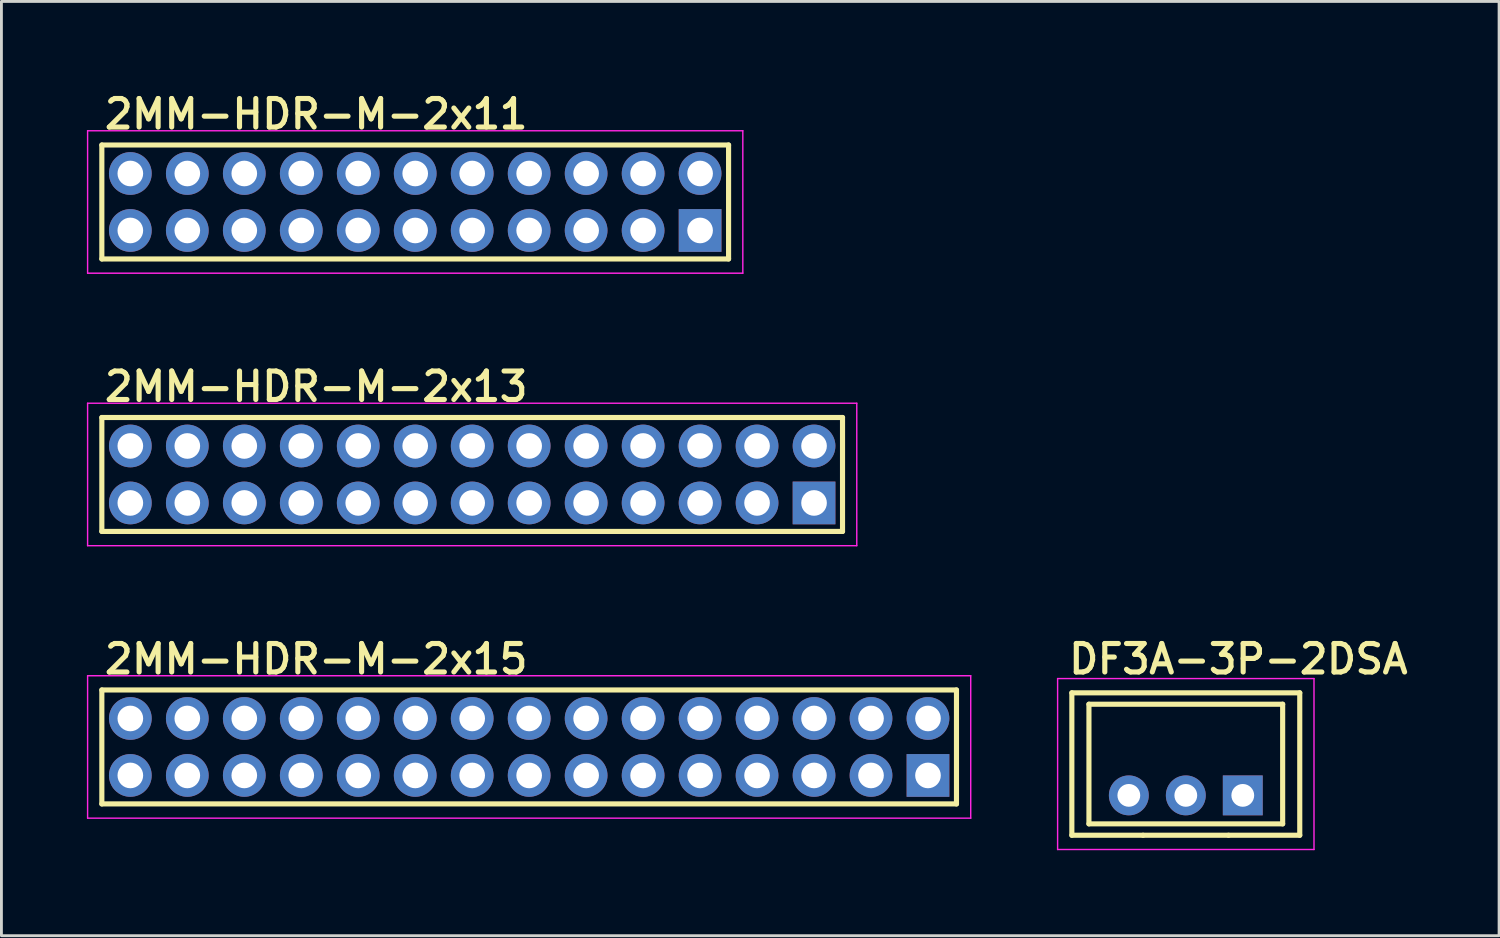
<source format=kicad_pcb>
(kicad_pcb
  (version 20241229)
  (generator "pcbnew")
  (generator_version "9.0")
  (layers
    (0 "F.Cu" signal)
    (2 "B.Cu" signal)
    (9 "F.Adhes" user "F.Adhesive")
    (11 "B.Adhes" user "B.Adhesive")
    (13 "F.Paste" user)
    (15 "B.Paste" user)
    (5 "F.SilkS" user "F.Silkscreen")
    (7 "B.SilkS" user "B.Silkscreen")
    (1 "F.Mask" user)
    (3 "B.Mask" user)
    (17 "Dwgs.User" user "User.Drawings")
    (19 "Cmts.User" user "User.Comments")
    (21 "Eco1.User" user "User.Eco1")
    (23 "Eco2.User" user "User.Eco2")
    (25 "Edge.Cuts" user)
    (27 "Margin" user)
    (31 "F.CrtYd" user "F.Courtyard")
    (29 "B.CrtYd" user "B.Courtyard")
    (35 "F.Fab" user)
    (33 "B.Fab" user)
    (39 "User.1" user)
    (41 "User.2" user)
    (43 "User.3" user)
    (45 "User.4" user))
  (footprint "2MM-HDR-M-2x15"
    (layer "F.Cu")
    (at 15.525 23.17)
    (property "Reference" "2MM-HDR-M-2x15" (at -15 -2.5 0) (layer "F.SilkS") (effects (font (size 1 1) (thickness 0.18)) (justify left bottom)))
    (attr through_hole)
    (fp_line (start -15 -2) (end 15 -2) (stroke (width 0.18) (type solid)) (layer "F.SilkS"))
    (fp_line (start -15 2) (end -15 -2) (stroke (width 0.18) (type solid)) (layer "F.SilkS"))
    (fp_line (start 15 -2) (end 15 2) (stroke (width 0.18) (type solid)) (layer "F.SilkS"))
    (fp_line (start 15 2) (end -15 2) (stroke (width 0.18) (type solid)) (layer "F.SilkS"))
    (fp_line (start -15.5 -2.5) (end 15.5 -2.5) (stroke (width 0.05) (type solid)) (layer "F.CrtYd"))
    (fp_line (start -15.5 2.5) (end -15.5 -2.5) (stroke (width 0.05) (type solid)) (layer "F.CrtYd"))
    (fp_line (start 15.5 -2.5) (end 15.5 2.5) (stroke (width 0.05) (type solid)) (layer "F.CrtYd"))
    (fp_line (start 15.5 2.5) (end -15.5 2.5) (stroke (width 0.05) (type solid)) (layer "F.CrtYd"))
    (pad "1" thru_hole rect (at 14 1) (size 1.5 1.5) (drill 0.9) (layers "*.Cu" "*.Mask"))
    (pad "2" thru_hole circle (at 14 -1) (size 1.5 1.5) (drill 0.9) (layers "*.Cu" "*.Mask"))
    (pad "3" thru_hole circle (at 12 1) (size 1.5 1.5) (drill 0.9) (layers "*.Cu" "*.Mask"))
    (pad "4" thru_hole circle (at 12 -1) (size 1.5 1.5) (drill 0.9) (layers "*.Cu" "*.Mask"))
    (pad "5" thru_hole circle (at 10 1) (size 1.5 1.5) (drill 0.9) (layers "*.Cu" "*.Mask"))
    (pad "6" thru_hole circle (at 10 -1) (size 1.5 1.5) (drill 0.9) (layers "*.Cu" "*.Mask"))
    (pad "7" thru_hole circle (at 8 1) (size 1.5 1.5) (drill 0.9) (layers "*.Cu" "*.Mask"))
    (pad "8" thru_hole circle (at 8 -1) (size 1.5 1.5) (drill 0.9) (layers "*.Cu" "*.Mask"))
    (pad "9" thru_hole circle (at 6 1) (size 1.5 1.5) (drill 0.9) (layers "*.Cu" "*.Mask"))
    (pad "10" thru_hole circle (at 6 -1) (size 1.5 1.5) (drill 0.9) (layers "*.Cu" "*.Mask"))
    (pad "11" thru_hole circle (at 4 1) (size 1.5 1.5) (drill 0.9) (layers "*.Cu" "*.Mask"))
    (pad "12" thru_hole circle (at 4 -1) (size 1.5 1.5) (drill 0.9) (layers "*.Cu" "*.Mask"))
    (pad "13" thru_hole circle (at 2 1) (size 1.5 1.5) (drill 0.9) (layers "*.Cu" "*.Mask"))
    (pad "14" thru_hole circle (at 2 -1) (size 1.5 1.5) (drill 0.9) (layers "*.Cu" "*.Mask"))
    (pad "15" thru_hole circle (at 0 1) (size 1.5 1.5) (drill 0.9) (layers "*.Cu" "*.Mask"))
    (pad "16" thru_hole circle (at 0 -1) (size 1.5 1.5) (drill 0.9) (layers "*.Cu" "*.Mask"))
    (pad "17" thru_hole circle (at -2 1) (size 1.5 1.5) (drill 0.9) (layers "*.Cu" "*.Mask"))
    (pad "18" thru_hole circle (at -2 -1) (size 1.5 1.5) (drill 0.9) (layers "*.Cu" "*.Mask"))
    (pad "19" thru_hole circle (at -4 1) (size 1.5 1.5) (drill 0.9) (layers "*.Cu" "*.Mask"))
    (pad "20" thru_hole circle (at -4 -1) (size 1.5 1.5) (drill 0.9) (layers "*.Cu" "*.Mask"))
    (pad "21" thru_hole circle (at -6 1) (size 1.5 1.5) (drill 0.9) (layers "*.Cu" "*.Mask"))
    (pad "22" thru_hole circle (at -6 -1) (size 1.5 1.5) (drill 0.9) (layers "*.Cu" "*.Mask"))
    (pad "23" thru_hole circle (at -8 1) (size 1.5 1.5) (drill 0.9) (layers "*.Cu" "*.Mask"))
    (pad "24" thru_hole circle (at -8 -1) (size 1.5 1.5) (drill 0.9) (layers "*.Cu" "*.Mask"))
    (pad "25" thru_hole circle (at -10 1) (size 1.5 1.5) (drill 0.9) (layers "*.Cu" "*.Mask"))
    (pad "26" thru_hole circle (at -10 -1) (size 1.5 1.5) (drill 0.9) (layers "*.Cu" "*.Mask"))
    (pad "27" thru_hole circle (at -12 1) (size 1.5 1.5) (drill 0.9) (layers "*.Cu" "*.Mask"))
    (pad "28" thru_hole circle (at -12 -1) (size 1.5 1.5) (drill 0.9) (layers "*.Cu" "*.Mask"))
    (pad "29" thru_hole circle (at -14 1) (size 1.5 1.5) (drill 0.9) (layers "*.Cu" "*.Mask"))
    (pad "30" thru_hole circle (at -14 -1) (size 1.5 1.5) (drill 0.9) (layers "*.Cu" "*.Mask")))
  (footprint "DF3A-3P-2DSA"
    (layer "F.Cu")
    (at 38.575 24.87)
    (property "Reference" "DF3A-3P-2DSA" (at -4.2 -4.2 0) (layer "F.SilkS") (effects (font (size 1 1) (thickness 0.18)) (justify left bottom)))
    (attr through_hole)
    (fp_line (start -4 -3.6) (end 4 -3.6) (stroke (width 0.18) (type solid)) (layer "F.SilkS"))
    (fp_line (start -4 1.4) (end -4 -3.6) (stroke (width 0.18) (type solid)) (layer "F.SilkS"))
    (fp_line (start -3.4 -3.2) (end -3.4 1) (stroke (width 0.18) (type solid)) (layer "F.SilkS"))
    (fp_line (start -3.4 -3.2) (end 3.4 -3.2) (stroke (width 0.18) (type solid)) (layer "F.SilkS"))
    (fp_line (start -3.4 1) (end 3.4 1) (stroke (width 0.18) (type solid)) (layer "F.SilkS"))
    (fp_line (start -1.5 1.4) (end -4 1.4) (stroke (width 0.18) (type solid)) (layer "F.SilkS"))
    (fp_line (start 1.5 1.4) (end -1.5 1.4) (stroke (width 0.18) (type solid)) (layer "F.SilkS"))
    (fp_line (start 3.4 -3.2) (end 3.4 1) (stroke (width 0.18) (type solid)) (layer "F.SilkS"))
    (fp_line (start 4 -3.6) (end 4 1.4) (stroke (width 0.18) (type solid)) (layer "F.SilkS"))
    (fp_line (start 4 1.4) (end 1.5 1.4) (stroke (width 0.18) (type solid)) (layer "F.SilkS"))
    (fp_line (start -4.5 -4.1) (end 4.5 -4.1) (stroke (width 0.05) (type solid)) (layer "F.CrtYd"))
    (fp_line (start -4.5 1.9) (end -4.5 -4.1) (stroke (width 0.05) (type solid)) (layer "F.CrtYd"))
    (fp_line (start 4.5 -4.1) (end 4.5 1.9) (stroke (width 0.05) (type solid)) (layer "F.CrtYd"))
    (fp_line (start 4.5 1.9) (end -4.5 1.9) (stroke (width 0.05) (type solid)) (layer "F.CrtYd"))
    (pad "1" thru_hole rect (at 2 0) (size 1.4 1.4) (drill 0.8) (layers "*.Cu" "*.Mask"))
    (pad "2" thru_hole circle (at 0 0) (size 1.4 1.4) (drill 0.8) (layers "*.Cu" "*.Mask"))
    (pad "3" thru_hole circle (at -2 0) (size 1.4 1.4) (drill 0.8) (layers "*.Cu" "*.Mask")))
  (footprint "2MM-HDR-M-2x11"
    (layer "F.Cu")
    (at 11.525 4.04)
    (property "Reference" "2MM-HDR-M-2x11" (at -11 -2.5 0) (layer "F.SilkS") (effects (font (size 1 1) (thickness 0.18)) (justify left bottom)))
    (attr through_hole)
    (fp_line (start -11 -2) (end 11 -2) (stroke (width 0.18) (type solid)) (layer "F.SilkS"))
    (fp_line (start -11 2) (end -11 -2) (stroke (width 0.18) (type solid)) (layer "F.SilkS"))
    (fp_line (start 11 -2) (end 11 2) (stroke (width 0.18) (type solid)) (layer "F.SilkS"))
    (fp_line (start 11 2) (end -11 2) (stroke (width 0.18) (type solid)) (layer "F.SilkS"))
    (fp_line (start -11.5 -2.5) (end 11.5 -2.5) (stroke (width 0.05) (type solid)) (layer "F.CrtYd"))
    (fp_line (start -11.5 2.5) (end -11.5 -2.5) (stroke (width 0.05) (type solid)) (layer "F.CrtYd"))
    (fp_line (start 11.5 -2.5) (end 11.5 2.5) (stroke (width 0.05) (type solid)) (layer "F.CrtYd"))
    (fp_line (start 11.5 2.5) (end -11.5 2.5) (stroke (width 0.05) (type solid)) (layer "F.CrtYd"))
    (pad "1" thru_hole rect (at 10 1) (size 1.5 1.5) (drill 0.9) (layers "*.Cu" "*.Mask"))
    (pad "2" thru_hole circle (at 10 -1) (size 1.5 1.5) (drill 0.9) (layers "*.Cu" "*.Mask"))
    (pad "3" thru_hole circle (at 8 1) (size 1.5 1.5) (drill 0.9) (layers "*.Cu" "*.Mask"))
    (pad "4" thru_hole circle (at 8 -1) (size 1.5 1.5) (drill 0.9) (layers "*.Cu" "*.Mask"))
    (pad "5" thru_hole circle (at 6 1) (size 1.5 1.5) (drill 0.9) (layers "*.Cu" "*.Mask"))
    (pad "6" thru_hole circle (at 6 -1) (size 1.5 1.5) (drill 0.9) (layers "*.Cu" "*.Mask"))
    (pad "7" thru_hole circle (at 4 1) (size 1.5 1.5) (drill 0.9) (layers "*.Cu" "*.Mask"))
    (pad "8" thru_hole circle (at 4 -1) (size 1.5 1.5) (drill 0.9) (layers "*.Cu" "*.Mask"))
    (pad "9" thru_hole circle (at 2 1) (size 1.5 1.5) (drill 0.9) (layers "*.Cu" "*.Mask"))
    (pad "10" thru_hole circle (at 2 -1) (size 1.5 1.5) (drill 0.9) (layers "*.Cu" "*.Mask"))
    (pad "11" thru_hole circle (at 0 1) (size 1.5 1.5) (drill 0.9) (layers "*.Cu" "*.Mask"))
    (pad "12" thru_hole circle (at 0 -1) (size 1.5 1.5) (drill 0.9) (layers "*.Cu" "*.Mask"))
    (pad "13" thru_hole circle (at -2 1) (size 1.5 1.5) (drill 0.9) (layers "*.Cu" "*.Mask"))
    (pad "14" thru_hole circle (at -2 -1) (size 1.5 1.5) (drill 0.9) (layers "*.Cu" "*.Mask"))
    (pad "15" thru_hole circle (at -4 1) (size 1.5 1.5) (drill 0.9) (layers "*.Cu" "*.Mask"))
    (pad "16" thru_hole circle (at -4 -1) (size 1.5 1.5) (drill 0.9) (layers "*.Cu" "*.Mask"))
    (pad "17" thru_hole circle (at -6 1) (size 1.5 1.5) (drill 0.9) (layers "*.Cu" "*.Mask"))
    (pad "18" thru_hole circle (at -6 -1) (size 1.5 1.5) (drill 0.9) (layers "*.Cu" "*.Mask"))
    (pad "19" thru_hole circle (at -8 1) (size 1.5 1.5) (drill 0.9) (layers "*.Cu" "*.Mask"))
    (pad "20" thru_hole circle (at -8 -1) (size 1.5 1.5) (drill 0.9) (layers "*.Cu" "*.Mask"))
    (pad "21" thru_hole circle (at -10 1) (size 1.5 1.5) (drill 0.9) (layers "*.Cu" "*.Mask"))
    (pad "22" thru_hole circle (at -10 -1) (size 1.5 1.5) (drill 0.9) (layers "*.Cu" "*.Mask")))
  (footprint "2MM-HDR-M-2x13"
    (layer "F.Cu")
    (at 13.525 13.605)
    (property "Reference" "2MM-HDR-M-2x13" (at -13 -2.5 0) (layer "F.SilkS") (effects (font (size 1 1) (thickness 0.18)) (justify left bottom)))
    (attr through_hole)
    (fp_line (start -13 -2) (end 13 -2) (stroke (width 0.18) (type solid)) (layer "F.SilkS"))
    (fp_line (start -13 2) (end -13 -2) (stroke (width 0.18) (type solid)) (layer "F.SilkS"))
    (fp_line (start 13 -2) (end 13 2) (stroke (width 0.18) (type solid)) (layer "F.SilkS"))
    (fp_line (start 13 2) (end -13 2) (stroke (width 0.18) (type solid)) (layer "F.SilkS"))
    (fp_line (start -13.5 -2.5) (end 13.5 -2.5) (stroke (width 0.05) (type solid)) (layer "F.CrtYd"))
    (fp_line (start -13.5 2.5) (end -13.5 -2.5) (stroke (width 0.05) (type solid)) (layer "F.CrtYd"))
    (fp_line (start 13.5 -2.5) (end 13.5 2.5) (stroke (width 0.05) (type solid)) (layer "F.CrtYd"))
    (fp_line (start 13.5 2.5) (end -13.5 2.5) (stroke (width 0.05) (type solid)) (layer "F.CrtYd"))
    (pad "1" thru_hole rect (at 12 1) (size 1.5 1.5) (drill 0.9) (layers "*.Cu" "*.Mask"))
    (pad "2" thru_hole circle (at 12 -1) (size 1.5 1.5) (drill 0.9) (layers "*.Cu" "*.Mask"))
    (pad "3" thru_hole circle (at 10 1) (size 1.5 1.5) (drill 0.9) (layers "*.Cu" "*.Mask"))
    (pad "4" thru_hole circle (at 10 -1) (size 1.5 1.5) (drill 0.9) (layers "*.Cu" "*.Mask"))
    (pad "5" thru_hole circle (at 8 1) (size 1.5 1.5) (drill 0.9) (layers "*.Cu" "*.Mask"))
    (pad "6" thru_hole circle (at 8 -1) (size 1.5 1.5) (drill 0.9) (layers "*.Cu" "*.Mask"))
    (pad "7" thru_hole circle (at 6 1) (size 1.5 1.5) (drill 0.9) (layers "*.Cu" "*.Mask"))
    (pad "8" thru_hole circle (at 6 -1) (size 1.5 1.5) (drill 0.9) (layers "*.Cu" "*.Mask"))
    (pad "9" thru_hole circle (at 4 1) (size 1.5 1.5) (drill 0.9) (layers "*.Cu" "*.Mask"))
    (pad "10" thru_hole circle (at 4 -1) (size 1.5 1.5) (drill 0.9) (layers "*.Cu" "*.Mask"))
    (pad "11" thru_hole circle (at 2 1) (size 1.5 1.5) (drill 0.9) (layers "*.Cu" "*.Mask"))
    (pad "12" thru_hole circle (at 2 -1) (size 1.5 1.5) (drill 0.9) (layers "*.Cu" "*.Mask"))
    (pad "13" thru_hole circle (at 0 1) (size 1.5 1.5) (drill 0.9) (layers "*.Cu" "*.Mask"))
    (pad "14" thru_hole circle (at 0 -1) (size 1.5 1.5) (drill 0.9) (layers "*.Cu" "*.Mask"))
    (pad "15" thru_hole circle (at -2 1) (size 1.5 1.5) (drill 0.9) (layers "*.Cu" "*.Mask"))
    (pad "16" thru_hole circle (at -2 -1) (size 1.5 1.5) (drill 0.9) (layers "*.Cu" "*.Mask"))
    (pad "17" thru_hole circle (at -4 1) (size 1.5 1.5) (drill 0.9) (layers "*.Cu" "*.Mask"))
    (pad "18" thru_hole circle (at -4 -1) (size 1.5 1.5) (drill 0.9) (layers "*.Cu" "*.Mask"))
    (pad "19" thru_hole circle (at -6 1) (size 1.5 1.5) (drill 0.9) (layers "*.Cu" "*.Mask"))
    (pad "20" thru_hole circle (at -6 -1) (size 1.5 1.5) (drill 0.9) (layers "*.Cu" "*.Mask"))
    (pad "21" thru_hole circle (at -8 1) (size 1.5 1.5) (drill 0.9) (layers "*.Cu" "*.Mask"))
    (pad "22" thru_hole circle (at -8 -1) (size 1.5 1.5) (drill 0.9) (layers "*.Cu" "*.Mask"))
    (pad "23" thru_hole circle (at -10 1) (size 1.5 1.5) (drill 0.9) (layers "*.Cu" "*.Mask"))
    (pad "24" thru_hole circle (at -10 -1) (size 1.5 1.5) (drill 0.9) (layers "*.Cu" "*.Mask"))
    (pad "25" thru_hole circle (at -12 1) (size 1.5 1.5) (drill 0.9) (layers "*.Cu" "*.Mask"))
    (pad "26" thru_hole circle (at -12 -1) (size 1.5 1.5) (drill 0.9) (layers "*.Cu" "*.Mask")))
  (gr_rect
    (start -3 -3)
    (end 49.572 29.795)
    (stroke (width 0.1) (type default))
    (fill no)
    (layer "Edge.Cuts")))
</source>
